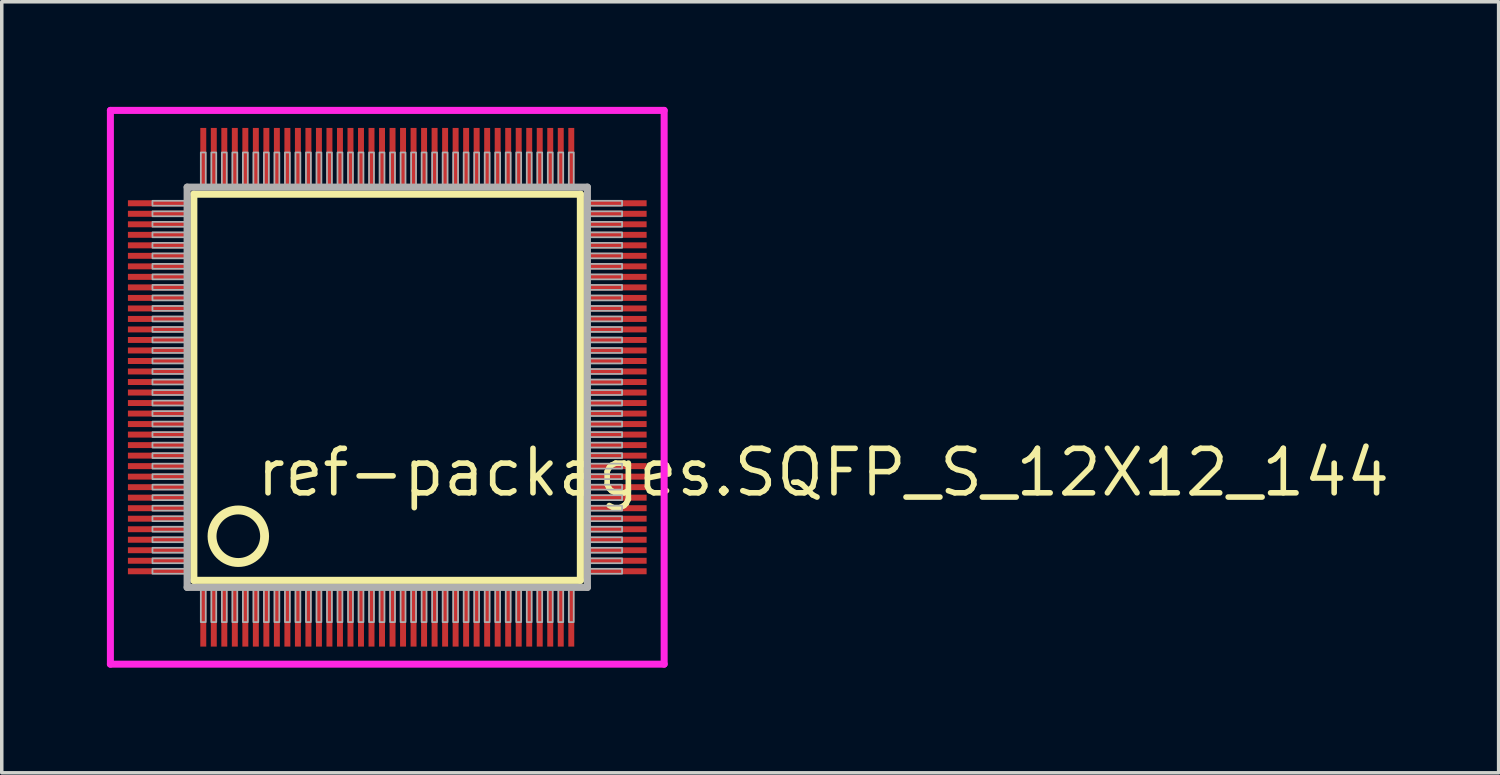
<source format=kicad_pcb>
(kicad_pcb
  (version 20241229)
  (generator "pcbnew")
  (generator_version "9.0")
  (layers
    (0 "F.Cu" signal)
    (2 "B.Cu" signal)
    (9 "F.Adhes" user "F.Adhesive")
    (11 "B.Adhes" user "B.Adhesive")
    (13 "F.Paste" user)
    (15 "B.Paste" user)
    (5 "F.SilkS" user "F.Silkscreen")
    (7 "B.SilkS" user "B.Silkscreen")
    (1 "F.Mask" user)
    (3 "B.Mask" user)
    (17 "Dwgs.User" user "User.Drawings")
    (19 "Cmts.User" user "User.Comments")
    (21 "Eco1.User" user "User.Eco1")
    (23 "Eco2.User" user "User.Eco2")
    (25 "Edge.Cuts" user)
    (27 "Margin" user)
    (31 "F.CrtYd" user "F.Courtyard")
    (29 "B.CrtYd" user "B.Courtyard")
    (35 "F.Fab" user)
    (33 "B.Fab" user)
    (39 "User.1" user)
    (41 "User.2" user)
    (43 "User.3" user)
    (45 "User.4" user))
  (footprint "ref-packages.SQFP_S_12X12_144"
    (layer "F.Cu")
    (at 8 8)
    (property "Reference" "ref-packages.SQFP_S_12X12_144" (at -3.81 3.175 0) (layer "F.SilkS") (effects (font (size 1.27 1.27) (thickness 0.16)) (justify left bottom)))
    (attr smd)
    (fp_line (start -5.52 -5.51) (end 5.51 -5.51) (stroke (width 0.203) (type default)) (layer "F.SilkS"))
    (fp_line (start -5.52 5.51) (end -5.52 -5.51) (stroke (width 0.203) (type default)) (layer "F.SilkS"))
    (fp_line (start 5.51 -5.51) (end 5.51 5.51) (stroke (width 0.203) (type default)) (layer "F.SilkS"))
    (fp_line (start 5.51 5.51) (end -5.52 5.51) (stroke (width 0.203) (type default)) (layer "F.SilkS"))
    (fp_circle (center -4.25 4.25) (end -3.5 4.25) (stroke (width 0.254) (type default)) (fill no) (layer "F.SilkS"))
    (fp_line (start -7.9 -7.9) (end 7.9 -7.9) (stroke (width 0.2) (type default)) (layer "F.CrtYd"))
    (fp_line (start -7.9 7.9) (end -7.9 -7.9) (stroke (width 0.2) (type default)) (layer "F.CrtYd"))
    (fp_line (start 7.9 -7.9) (end 7.9 7.9) (stroke (width 0.2) (type default)) (layer "F.CrtYd"))
    (fp_line (start 7.9 7.9) (end -7.9 7.9) (stroke (width 0.2) (type default)) (layer "F.CrtYd"))
    (fp_line (start -5.71 -5.71) (end -5.71 5.71) (stroke (width 0.203) (type default)) (layer "F.Fab"))
    (fp_line (start -5.71 5.71) (end 5.71 5.71) (stroke (width 0.203) (type default)) (layer "F.Fab"))
    (fp_line (start 5.71 -5.71) (end -5.71 -5.71) (stroke (width 0.203) (type default)) (layer "F.Fab"))
    (fp_line (start 5.71 5.71) (end 5.71 -5.71) (stroke (width 0.203) (type default)) (layer "F.Fab"))
    (fp_rect (start -6.7 -5.18) (end -5.75 -5.32) (stroke (width 0.05) (type default)) (fill no) (layer "F.Fab"))
    (fp_rect (start -6.7 -4.88) (end -5.75 -5.02) (stroke (width 0.05) (type default)) (fill no) (layer "F.Fab"))
    (fp_rect (start -6.7 -4.58) (end -5.75 -4.72) (stroke (width 0.05) (type default)) (fill no) (layer "F.Fab"))
    (fp_rect (start -6.7 -4.28) (end -5.75 -4.42) (stroke (width 0.05) (type default)) (fill no) (layer "F.Fab"))
    (fp_rect (start -6.7 -3.98) (end -5.75 -4.12) (stroke (width 0.05) (type default)) (fill no) (layer "F.Fab"))
    (fp_rect (start -6.7 -3.68) (end -5.75 -3.82) (stroke (width 0.05) (type default)) (fill no) (layer "F.Fab"))
    (fp_rect (start -6.7 -3.38) (end -5.75 -3.52) (stroke (width 0.05) (type default)) (fill no) (layer "F.Fab"))
    (fp_rect (start -6.7 -3.08) (end -5.75 -3.22) (stroke (width 0.05) (type default)) (fill no) (layer "F.Fab"))
    (fp_rect (start -6.7 -2.78) (end -5.75 -2.92) (stroke (width 0.05) (type default)) (fill no) (layer "F.Fab"))
    (fp_rect (start -6.7 -2.48) (end -5.75 -2.62) (stroke (width 0.05) (type default)) (fill no) (layer "F.Fab"))
    (fp_rect (start -6.7 -2.18) (end -5.75 -2.32) (stroke (width 0.05) (type default)) (fill no) (layer "F.Fab"))
    (fp_rect (start -6.7 -1.88) (end -5.75 -2.02) (stroke (width 0.05) (type default)) (fill no) (layer "F.Fab"))
    (fp_rect (start -6.7 -1.58) (end -5.75 -1.72) (stroke (width 0.05) (type default)) (fill no) (layer "F.Fab"))
    (fp_rect (start -6.7 -1.28) (end -5.75 -1.42) (stroke (width 0.05) (type default)) (fill no) (layer "F.Fab"))
    (fp_rect (start -6.7 -0.98) (end -5.75 -1.12) (stroke (width 0.05) (type default)) (fill no) (layer "F.Fab"))
    (fp_rect (start -6.7 -0.68) (end -5.75 -0.82) (stroke (width 0.05) (type default)) (fill no) (layer "F.Fab"))
    (fp_rect (start -6.7 -0.38) (end -5.75 -0.52) (stroke (width 0.05) (type default)) (fill no) (layer "F.Fab"))
    (fp_rect (start -6.7 -0.08) (end -5.75 -0.22) (stroke (width 0.05) (type default)) (fill no) (layer "F.Fab"))
    (fp_rect (start -6.7 0.22) (end -5.75 0.08) (stroke (width 0.05) (type default)) (fill no) (layer "F.Fab"))
    (fp_rect (start -6.7 0.52) (end -5.75 0.38) (stroke (width 0.05) (type default)) (fill no) (layer "F.Fab"))
    (fp_rect (start -6.7 0.82) (end -5.75 0.68) (stroke (width 0.05) (type default)) (fill no) (layer "F.Fab"))
    (fp_rect (start -6.7 1.12) (end -5.75 0.98) (stroke (width 0.05) (type default)) (fill no) (layer "F.Fab"))
    (fp_rect (start -6.7 1.42) (end -5.75 1.28) (stroke (width 0.05) (type default)) (fill no) (layer "F.Fab"))
    (fp_rect (start -6.7 1.72) (end -5.75 1.58) (stroke (width 0.05) (type default)) (fill no) (layer "F.Fab"))
    (fp_rect (start -6.7 2.02) (end -5.75 1.88) (stroke (width 0.05) (type default)) (fill no) (layer "F.Fab"))
    (fp_rect (start -6.7 2.32) (end -5.75 2.18) (stroke (width 0.05) (type default)) (fill no) (layer "F.Fab"))
    (fp_rect (start -6.7 2.62) (end -5.75 2.48) (stroke (width 0.05) (type default)) (fill no) (layer "F.Fab"))
    (fp_rect (start -6.7 2.92) (end -5.75 2.78) (stroke (width 0.05) (type default)) (fill no) (layer "F.Fab"))
    (fp_rect (start -6.7 3.22) (end -5.75 3.08) (stroke (width 0.05) (type default)) (fill no) (layer "F.Fab"))
    (fp_rect (start -6.7 3.52) (end -5.75 3.38) (stroke (width 0.05) (type default)) (fill no) (layer "F.Fab"))
    (fp_rect (start -6.7 3.82) (end -5.75 3.68) (stroke (width 0.05) (type default)) (fill no) (layer "F.Fab"))
    (fp_rect (start -6.7 4.12) (end -5.75 3.98) (stroke (width 0.05) (type default)) (fill no) (layer "F.Fab"))
    (fp_rect (start -6.7 4.42) (end -5.75 4.28) (stroke (width 0.05) (type default)) (fill no) (layer "F.Fab"))
    (fp_rect (start -6.7 4.72) (end -5.75 4.58) (stroke (width 0.05) (type default)) (fill no) (layer "F.Fab"))
    (fp_rect (start -6.7 5.02) (end -5.75 4.88) (stroke (width 0.05) (type default)) (fill no) (layer "F.Fab"))
    (fp_rect (start -6.7 5.32) (end -5.75 5.18) (stroke (width 0.05) (type default)) (fill no) (layer "F.Fab"))
    (fp_rect (start -5.32 -5.75) (end -5.18 -6.7) (stroke (width 0.05) (type default)) (fill no) (layer "F.Fab"))
    (fp_rect (start -5.32 6.7) (end -5.18 5.75) (stroke (width 0.05) (type default)) (fill no) (layer "F.Fab"))
    (fp_rect (start -5.02 -5.75) (end -4.88 -6.7) (stroke (width 0.05) (type default)) (fill no) (layer "F.Fab"))
    (fp_rect (start -5.02 6.7) (end -4.88 5.75) (stroke (width 0.05) (type default)) (fill no) (layer "F.Fab"))
    (fp_rect (start -4.72 -5.75) (end -4.58 -6.7) (stroke (width 0.05) (type default)) (fill no) (layer "F.Fab"))
    (fp_rect (start -4.72 6.7) (end -4.58 5.75) (stroke (width 0.05) (type default)) (fill no) (layer "F.Fab"))
    (fp_rect (start -4.42 -5.75) (end -4.28 -6.7) (stroke (width 0.05) (type default)) (fill no) (layer "F.Fab"))
    (fp_rect (start -4.42 6.7) (end -4.28 5.75) (stroke (width 0.05) (type default)) (fill no) (layer "F.Fab"))
    (fp_rect (start -4.12 -5.75) (end -3.98 -6.7) (stroke (width 0.05) (type default)) (fill no) (layer "F.Fab"))
    (fp_rect (start -4.12 6.7) (end -3.98 5.75) (stroke (width 0.05) (type default)) (fill no) (layer "F.Fab"))
    (fp_rect (start -3.82 -5.75) (end -3.68 -6.7) (stroke (width 0.05) (type default)) (fill no) (layer "F.Fab"))
    (fp_rect (start -3.82 6.7) (end -3.68 5.75) (stroke (width 0.05) (type default)) (fill no) (layer "F.Fab"))
    (fp_rect (start -3.52 -5.75) (end -3.38 -6.7) (stroke (width 0.05) (type default)) (fill no) (layer "F.Fab"))
    (fp_rect (start -3.52 6.7) (end -3.38 5.75) (stroke (width 0.05) (type default)) (fill no) (layer "F.Fab"))
    (fp_rect (start -3.22 -5.75) (end -3.08 -6.7) (stroke (width 0.05) (type default)) (fill no) (layer "F.Fab"))
    (fp_rect (start -3.22 6.7) (end -3.08 5.75) (stroke (width 0.05) (type default)) (fill no) (layer "F.Fab"))
    (fp_rect (start -2.92 -5.75) (end -2.78 -6.7) (stroke (width 0.05) (type default)) (fill no) (layer "F.Fab"))
    (fp_rect (start -2.92 6.7) (end -2.78 5.75) (stroke (width 0.05) (type default)) (fill no) (layer "F.Fab"))
    (fp_rect (start -2.62 -5.75) (end -2.48 -6.7) (stroke (width 0.05) (type default)) (fill no) (layer "F.Fab"))
    (fp_rect (start -2.62 6.7) (end -2.48 5.75) (stroke (width 0.05) (type default)) (fill no) (layer "F.Fab"))
    (fp_rect (start -2.32 -5.75) (end -2.18 -6.7) (stroke (width 0.05) (type default)) (fill no) (layer "F.Fab"))
    (fp_rect (start -2.32 6.7) (end -2.18 5.75) (stroke (width 0.05) (type default)) (fill no) (layer "F.Fab"))
    (fp_rect (start -2.02 -5.75) (end -1.88 -6.7) (stroke (width 0.05) (type default)) (fill no) (layer "F.Fab"))
    (fp_rect (start -2.02 6.7) (end -1.88 5.75) (stroke (width 0.05) (type default)) (fill no) (layer "F.Fab"))
    (fp_rect (start -1.72 -5.75) (end -1.58 -6.7) (stroke (width 0.05) (type default)) (fill no) (layer "F.Fab"))
    (fp_rect (start -1.72 6.7) (end -1.58 5.75) (stroke (width 0.05) (type default)) (fill no) (layer "F.Fab"))
    (fp_rect (start -1.42 -5.75) (end -1.28 -6.7) (stroke (width 0.05) (type default)) (fill no) (layer "F.Fab"))
    (fp_rect (start -1.42 6.7) (end -1.28 5.75) (stroke (width 0.05) (type default)) (fill no) (layer "F.Fab"))
    (fp_rect (start -1.12 -5.75) (end -0.98 -6.7) (stroke (width 0.05) (type default)) (fill no) (layer "F.Fab"))
    (fp_rect (start -1.12 6.7) (end -0.98 5.75) (stroke (width 0.05) (type default)) (fill no) (layer "F.Fab"))
    (fp_rect (start -0.82 -5.75) (end -0.68 -6.7) (stroke (width 0.05) (type default)) (fill no) (layer "F.Fab"))
    (fp_rect (start -0.82 6.7) (end -0.68 5.75) (stroke (width 0.05) (type default)) (fill no) (layer "F.Fab"))
    (fp_rect (start -0.52 -5.75) (end -0.38 -6.7) (stroke (width 0.05) (type default)) (fill no) (layer "F.Fab"))
    (fp_rect (start -0.52 6.7) (end -0.38 5.75) (stroke (width 0.05) (type default)) (fill no) (layer "F.Fab"))
    (fp_rect (start -0.22 -5.75) (end -0.08 -6.7) (stroke (width 0.05) (type default)) (fill no) (layer "F.Fab"))
    (fp_rect (start -0.22 6.7) (end -0.08 5.75) (stroke (width 0.05) (type default)) (fill no) (layer "F.Fab"))
    (fp_rect (start 0.08 -5.75) (end 0.22 -6.7) (stroke (width 0.05) (type default)) (fill no) (layer "F.Fab"))
    (fp_rect (start 0.08 6.7) (end 0.22 5.75) (stroke (width 0.05) (type default)) (fill no) (layer "F.Fab"))
    (fp_rect (start 0.38 -5.75) (end 0.52 -6.7) (stroke (width 0.05) (type default)) (fill no) (layer "F.Fab"))
    (fp_rect (start 0.38 6.7) (end 0.52 5.75) (stroke (width 0.05) (type default)) (fill no) (layer "F.Fab"))
    (fp_rect (start 0.68 -5.75) (end 0.82 -6.7) (stroke (width 0.05) (type default)) (fill no) (layer "F.Fab"))
    (fp_rect (start 0.68 6.7) (end 0.82 5.75) (stroke (width 0.05) (type default)) (fill no) (layer "F.Fab"))
    (fp_rect (start 0.98 -5.75) (end 1.12 -6.7) (stroke (width 0.05) (type default)) (fill no) (layer "F.Fab"))
    (fp_rect (start 0.98 6.7) (end 1.12 5.75) (stroke (width 0.05) (type default)) (fill no) (layer "F.Fab"))
    (fp_rect (start 1.28 -5.75) (end 1.42 -6.7) (stroke (width 0.05) (type default)) (fill no) (layer "F.Fab"))
    (fp_rect (start 1.28 6.7) (end 1.42 5.75) (stroke (width 0.05) (type default)) (fill no) (layer "F.Fab"))
    (fp_rect (start 1.58 -5.75) (end 1.72 -6.7) (stroke (width 0.05) (type default)) (fill no) (layer "F.Fab"))
    (fp_rect (start 1.58 6.7) (end 1.72 5.75) (stroke (width 0.05) (type default)) (fill no) (layer "F.Fab"))
    (fp_rect (start 1.88 -5.75) (end 2.02 -6.7) (stroke (width 0.05) (type default)) (fill no) (layer "F.Fab"))
    (fp_rect (start 1.88 6.7) (end 2.02 5.75) (stroke (width 0.05) (type default)) (fill no) (layer "F.Fab"))
    (fp_rect (start 2.18 -5.75) (end 2.32 -6.7) (stroke (width 0.05) (type default)) (fill no) (layer "F.Fab"))
    (fp_rect (start 2.18 6.7) (end 2.32 5.75) (stroke (width 0.05) (type default)) (fill no) (layer "F.Fab"))
    (fp_rect (start 2.48 -5.75) (end 2.62 -6.7) (stroke (width 0.05) (type default)) (fill no) (layer "F.Fab"))
    (fp_rect (start 2.48 6.7) (end 2.62 5.75) (stroke (width 0.05) (type default)) (fill no) (layer "F.Fab"))
    (fp_rect (start 2.78 -5.75) (end 2.92 -6.7) (stroke (width 0.05) (type default)) (fill no) (layer "F.Fab"))
    (fp_rect (start 2.78 6.7) (end 2.92 5.75) (stroke (width 0.05) (type default)) (fill no) (layer "F.Fab"))
    (fp_rect (start 3.08 -5.75) (end 3.22 -6.7) (stroke (width 0.05) (type default)) (fill no) (layer "F.Fab"))
    (fp_rect (start 3.08 6.7) (end 3.22 5.75) (stroke (width 0.05) (type default)) (fill no) (layer "F.Fab"))
    (fp_rect (start 3.38 -5.75) (end 3.52 -6.7) (stroke (width 0.05) (type default)) (fill no) (layer "F.Fab"))
    (fp_rect (start 3.38 6.7) (end 3.52 5.75) (stroke (width 0.05) (type default)) (fill no) (layer "F.Fab"))
    (fp_rect (start 3.68 -5.75) (end 3.82 -6.7) (stroke (width 0.05) (type default)) (fill no) (layer "F.Fab"))
    (fp_rect (start 3.68 6.7) (end 3.82 5.75) (stroke (width 0.05) (type default)) (fill no) (layer "F.Fab"))
    (fp_rect (start 3.98 -5.75) (end 4.12 -6.7) (stroke (width 0.05) (type default)) (fill no) (layer "F.Fab"))
    (fp_rect (start 3.98 6.7) (end 4.12 5.75) (stroke (width 0.05) (type default)) (fill no) (layer "F.Fab"))
    (fp_rect (start 4.28 -5.75) (end 4.42 -6.7) (stroke (width 0.05) (type default)) (fill no) (layer "F.Fab"))
    (fp_rect (start 4.28 6.7) (end 4.42 5.75) (stroke (width 0.05) (type default)) (fill no) (layer "F.Fab"))
    (fp_rect (start 4.58 -5.75) (end 4.72 -6.7) (stroke (width 0.05) (type default)) (fill no) (layer "F.Fab"))
    (fp_rect (start 4.58 6.7) (end 4.72 5.75) (stroke (width 0.05) (type default)) (fill no) (layer "F.Fab"))
    (fp_rect (start 4.88 -5.75) (end 5.02 -6.7) (stroke (width 0.05) (type default)) (fill no) (layer "F.Fab"))
    (fp_rect (start 4.88 6.7) (end 5.02 5.75) (stroke (width 0.05) (type default)) (fill no) (layer "F.Fab"))
    (fp_rect (start 5.18 -5.75) (end 5.32 -6.7) (stroke (width 0.05) (type default)) (fill no) (layer "F.Fab"))
    (fp_rect (start 5.18 6.7) (end 5.32 5.75) (stroke (width 0.05) (type default)) (fill no) (layer "F.Fab"))
    (fp_rect (start 5.75 -5.18) (end 6.7 -5.32) (stroke (width 0.05) (type default)) (fill no) (layer "F.Fab"))
    (fp_rect (start 5.75 -4.88) (end 6.7 -5.02) (stroke (width 0.05) (type default)) (fill no) (layer "F.Fab"))
    (fp_rect (start 5.75 -4.58) (end 6.7 -4.72) (stroke (width 0.05) (type default)) (fill no) (layer "F.Fab"))
    (fp_rect (start 5.75 -4.28) (end 6.7 -4.42) (stroke (width 0.05) (type default)) (fill no) (layer "F.Fab"))
    (fp_rect (start 5.75 -3.98) (end 6.7 -4.12) (stroke (width 0.05) (type default)) (fill no) (layer "F.Fab"))
    (fp_rect (start 5.75 -3.68) (end 6.7 -3.82) (stroke (width 0.05) (type default)) (fill no) (layer "F.Fab"))
    (fp_rect (start 5.75 -3.38) (end 6.7 -3.52) (stroke (width 0.05) (type default)) (fill no) (layer "F.Fab"))
    (fp_rect (start 5.75 -3.08) (end 6.7 -3.22) (stroke (width 0.05) (type default)) (fill no) (layer "F.Fab"))
    (fp_rect (start 5.75 -2.78) (end 6.7 -2.92) (stroke (width 0.05) (type default)) (fill no) (layer "F.Fab"))
    (fp_rect (start 5.75 -2.48) (end 6.7 -2.62) (stroke (width 0.05) (type default)) (fill no) (layer "F.Fab"))
    (fp_rect (start 5.75 -2.18) (end 6.7 -2.32) (stroke (width 0.05) (type default)) (fill no) (layer "F.Fab"))
    (fp_rect (start 5.75 -1.88) (end 6.7 -2.02) (stroke (width 0.05) (type default)) (fill no) (layer "F.Fab"))
    (fp_rect (start 5.75 -1.58) (end 6.7 -1.72) (stroke (width 0.05) (type default)) (fill no) (layer "F.Fab"))
    (fp_rect (start 5.75 -1.28) (end 6.7 -1.42) (stroke (width 0.05) (type default)) (fill no) (layer "F.Fab"))
    (fp_rect (start 5.75 -0.98) (end 6.7 -1.12) (stroke (width 0.05) (type default)) (fill no) (layer "F.Fab"))
    (fp_rect (start 5.75 -0.68) (end 6.7 -0.82) (stroke (width 0.05) (type default)) (fill no) (layer "F.Fab"))
    (fp_rect (start 5.75 -0.38) (end 6.7 -0.52) (stroke (width 0.05) (type default)) (fill no) (layer "F.Fab"))
    (fp_rect (start 5.75 -0.08) (end 6.7 -0.22) (stroke (width 0.05) (type default)) (fill no) (layer "F.Fab"))
    (fp_rect (start 5.75 0.22) (end 6.7 0.08) (stroke (width 0.05) (type default)) (fill no) (layer "F.Fab"))
    (fp_rect (start 5.75 0.52) (end 6.7 0.38) (stroke (width 0.05) (type default)) (fill no) (layer "F.Fab"))
    (fp_rect (start 5.75 0.82) (end 6.7 0.68) (stroke (width 0.05) (type default)) (fill no) (layer "F.Fab"))
    (fp_rect (start 5.75 1.12) (end 6.7 0.98) (stroke (width 0.05) (type default)) (fill no) (layer "F.Fab"))
    (fp_rect (start 5.75 1.42) (end 6.7 1.28) (stroke (width 0.05) (type default)) (fill no) (layer "F.Fab"))
    (fp_rect (start 5.75 1.72) (end 6.7 1.58) (stroke (width 0.05) (type default)) (fill no) (layer "F.Fab"))
    (fp_rect (start 5.75 2.02) (end 6.7 1.88) (stroke (width 0.05) (type default)) (fill no) (layer "F.Fab"))
    (fp_rect (start 5.75 2.32) (end 6.7 2.18) (stroke (width 0.05) (type default)) (fill no) (layer "F.Fab"))
    (fp_rect (start 5.75 2.62) (end 6.7 2.48) (stroke (width 0.05) (type default)) (fill no) (layer "F.Fab"))
    (fp_rect (start 5.75 2.92) (end 6.7 2.78) (stroke (width 0.05) (type default)) (fill no) (layer "F.Fab"))
    (fp_rect (start 5.75 3.22) (end 6.7 3.08) (stroke (width 0.05) (type default)) (fill no) (layer "F.Fab"))
    (fp_rect (start 5.75 3.52) (end 6.7 3.38) (stroke (width 0.05) (type default)) (fill no) (layer "F.Fab"))
    (fp_rect (start 5.75 3.82) (end 6.7 3.68) (stroke (width 0.05) (type default)) (fill no) (layer "F.Fab"))
    (fp_rect (start 5.75 4.12) (end 6.7 3.98) (stroke (width 0.05) (type default)) (fill no) (layer "F.Fab"))
    (fp_rect (start 5.75 4.42) (end 6.7 4.28) (stroke (width 0.05) (type default)) (fill no) (layer "F.Fab"))
    (fp_rect (start 5.75 4.72) (end 6.7 4.58) (stroke (width 0.05) (type default)) (fill no) (layer "F.Fab"))
    (fp_rect (start 5.75 5.02) (end 6.7 4.88) (stroke (width 0.05) (type default)) (fill no) (layer "F.Fab"))
    (fp_rect (start 5.75 5.32) (end 6.7 5.18) (stroke (width 0.05) (type default)) (fill no) (layer "F.Fab"))
    (pad "1" smd roundrect (at -5.25 6.6) (size 0.17 1.6) (layers "F.Cu" "F.Mask" "F.Paste") (roundrect_rratio 0.01))
    (pad "2" smd roundrect (at -4.95 6.6) (size 0.17 1.6) (layers "F.Cu" "F.Mask" "F.Paste") (roundrect_rratio 0.01))
    (pad "3" smd roundrect (at -4.65 6.6) (size 0.17 1.6) (layers "F.Cu" "F.Mask" "F.Paste") (roundrect_rratio 0.01))
    (pad "4" smd roundrect (at -4.35 6.6) (size 0.17 1.6) (layers "F.Cu" "F.Mask" "F.Paste") (roundrect_rratio 0.01))
    (pad "5" smd roundrect (at -4.05 6.6) (size 0.17 1.6) (layers "F.Cu" "F.Mask" "F.Paste") (roundrect_rratio 0.01))
    (pad "6" smd roundrect (at -3.75 6.6) (size 0.17 1.6) (layers "F.Cu" "F.Mask" "F.Paste") (roundrect_rratio 0.01))
    (pad "7" smd roundrect (at -3.45 6.6) (size 0.17 1.6) (layers "F.Cu" "F.Mask" "F.Paste") (roundrect_rratio 0.01))
    (pad "8" smd roundrect (at -3.15 6.6) (size 0.17 1.6) (layers "F.Cu" "F.Mask" "F.Paste") (roundrect_rratio 0.01))
    (pad "9" smd roundrect (at -2.85 6.6) (size 0.17 1.6) (layers "F.Cu" "F.Mask" "F.Paste") (roundrect_rratio 0.01))
    (pad "10" smd roundrect (at -2.55 6.6) (size 0.17 1.6) (layers "F.Cu" "F.Mask" "F.Paste") (roundrect_rratio 0.01))
    (pad "11" smd roundrect (at -2.25 6.6) (size 0.17 1.6) (layers "F.Cu" "F.Mask" "F.Paste") (roundrect_rratio 0.01))
    (pad "12" smd roundrect (at -1.95 6.6) (size 0.17 1.6) (layers "F.Cu" "F.Mask" "F.Paste") (roundrect_rratio 0.01))
    (pad "13" smd roundrect (at -1.65 6.6) (size 0.17 1.6) (layers "F.Cu" "F.Mask" "F.Paste") (roundrect_rratio 0.01))
    (pad "14" smd roundrect (at -1.35 6.6) (size 0.17 1.6) (layers "F.Cu" "F.Mask" "F.Paste") (roundrect_rratio 0.01))
    (pad "15" smd roundrect (at -1.05 6.6) (size 0.17 1.6) (layers "F.Cu" "F.Mask" "F.Paste") (roundrect_rratio 0.01))
    (pad "16" smd roundrect (at -0.75 6.6) (size 0.17 1.6) (layers "F.Cu" "F.Mask" "F.Paste") (roundrect_rratio 0.01))
    (pad "17" smd roundrect (at -0.45 6.6) (size 0.17 1.6) (layers "F.Cu" "F.Mask" "F.Paste") (roundrect_rratio 0.01))
    (pad "18" smd roundrect (at -0.15 6.6) (size 0.17 1.6) (layers "F.Cu" "F.Mask" "F.Paste") (roundrect_rratio 0.01))
    (pad "19" smd roundrect (at 0.15 6.6) (size 0.17 1.6) (layers "F.Cu" "F.Mask" "F.Paste") (roundrect_rratio 0.01))
    (pad "20" smd roundrect (at 0.45 6.6) (size 0.17 1.6) (layers "F.Cu" "F.Mask" "F.Paste") (roundrect_rratio 0.01))
    (pad "21" smd roundrect (at 0.75 6.6) (size 0.17 1.6) (layers "F.Cu" "F.Mask" "F.Paste") (roundrect_rratio 0.01))
    (pad "22" smd roundrect (at 1.05 6.6) (size 0.17 1.6) (layers "F.Cu" "F.Mask" "F.Paste") (roundrect_rratio 0.01))
    (pad "23" smd roundrect (at 1.35 6.6) (size 0.17 1.6) (layers "F.Cu" "F.Mask" "F.Paste") (roundrect_rratio 0.01))
    (pad "24" smd roundrect (at 1.65 6.6) (size 0.17 1.6) (layers "F.Cu" "F.Mask" "F.Paste") (roundrect_rratio 0.01))
    (pad "25" smd roundrect (at 1.95 6.6) (size 0.17 1.6) (layers "F.Cu" "F.Mask" "F.Paste") (roundrect_rratio 0.01))
    (pad "26" smd roundrect (at 2.25 6.6) (size 0.17 1.6) (layers "F.Cu" "F.Mask" "F.Paste") (roundrect_rratio 0.01))
    (pad "27" smd roundrect (at 2.55 6.6) (size 0.17 1.6) (layers "F.Cu" "F.Mask" "F.Paste") (roundrect_rratio 0.01))
    (pad "28" smd roundrect (at 2.85 6.6) (size 0.17 1.6) (layers "F.Cu" "F.Mask" "F.Paste") (roundrect_rratio 0.01))
    (pad "29" smd roundrect (at 3.15 6.6) (size 0.17 1.6) (layers "F.Cu" "F.Mask" "F.Paste") (roundrect_rratio 0.01))
    (pad "30" smd roundrect (at 3.45 6.6) (size 0.17 1.6) (layers "F.Cu" "F.Mask" "F.Paste") (roundrect_rratio 0.01))
    (pad "31" smd roundrect (at 3.75 6.6) (size 0.17 1.6) (layers "F.Cu" "F.Mask" "F.Paste") (roundrect_rratio 0.01))
    (pad "32" smd roundrect (at 4.05 6.6) (size 0.17 1.6) (layers "F.Cu" "F.Mask" "F.Paste") (roundrect_rratio 0.01))
    (pad "33" smd roundrect (at 4.35 6.6) (size 0.17 1.6) (layers "F.Cu" "F.Mask" "F.Paste") (roundrect_rratio 0.01))
    (pad "34" smd roundrect (at 4.65 6.6) (size 0.17 1.6) (layers "F.Cu" "F.Mask" "F.Paste") (roundrect_rratio 0.01))
    (pad "35" smd roundrect (at 4.95 6.6) (size 0.17 1.6) (layers "F.Cu" "F.Mask" "F.Paste") (roundrect_rratio 0.01))
    (pad "36" smd roundrect (at 5.25 6.6) (size 0.17 1.6) (layers "F.Cu" "F.Mask" "F.Paste") (roundrect_rratio 0.01))
    (pad "37" smd roundrect (at 6.6 5.25) (size 1.6 0.17) (layers "F.Cu" "F.Mask" "F.Paste") (roundrect_rratio 0.01))
    (pad "38" smd roundrect (at 6.6 4.95) (size 1.6 0.17) (layers "F.Cu" "F.Mask" "F.Paste") (roundrect_rratio 0.01))
    (pad "39" smd roundrect (at 6.6 4.65) (size 1.6 0.17) (layers "F.Cu" "F.Mask" "F.Paste") (roundrect_rratio 0.01))
    (pad "40" smd roundrect (at 6.6 4.35) (size 1.6 0.17) (layers "F.Cu" "F.Mask" "F.Paste") (roundrect_rratio 0.01))
    (pad "41" smd roundrect (at 6.6 4.05) (size 1.6 0.17) (layers "F.Cu" "F.Mask" "F.Paste") (roundrect_rratio 0.01))
    (pad "42" smd roundrect (at 6.6 3.75) (size 1.6 0.17) (layers "F.Cu" "F.Mask" "F.Paste") (roundrect_rratio 0.01))
    (pad "43" smd roundrect (at 6.6 3.45) (size 1.6 0.17) (layers "F.Cu" "F.Mask" "F.Paste") (roundrect_rratio 0.01))
    (pad "44" smd roundrect (at 6.6 3.15) (size 1.6 0.17) (layers "F.Cu" "F.Mask" "F.Paste") (roundrect_rratio 0.01))
    (pad "45" smd roundrect (at 6.6 2.85) (size 1.6 0.17) (layers "F.Cu" "F.Mask" "F.Paste") (roundrect_rratio 0.01))
    (pad "46" smd roundrect (at 6.6 2.55) (size 1.6 0.17) (layers "F.Cu" "F.Mask" "F.Paste") (roundrect_rratio 0.01))
    (pad "47" smd roundrect (at 6.6 2.25) (size 1.6 0.17) (layers "F.Cu" "F.Mask" "F.Paste") (roundrect_rratio 0.01))
    (pad "48" smd roundrect (at 6.6 1.95) (size 1.6 0.17) (layers "F.Cu" "F.Mask" "F.Paste") (roundrect_rratio 0.01))
    (pad "49" smd roundrect (at 6.6 1.65) (size 1.6 0.17) (layers "F.Cu" "F.Mask" "F.Paste") (roundrect_rratio 0.01))
    (pad "50" smd roundrect (at 6.6 1.35) (size 1.6 0.17) (layers "F.Cu" "F.Mask" "F.Paste") (roundrect_rratio 0.01))
    (pad "51" smd roundrect (at 6.6 1.05) (size 1.6 0.17) (layers "F.Cu" "F.Mask" "F.Paste") (roundrect_rratio 0.01))
    (pad "52" smd roundrect (at 6.6 0.75) (size 1.6 0.17) (layers "F.Cu" "F.Mask" "F.Paste") (roundrect_rratio 0.01))
    (pad "53" smd roundrect (at 6.6 0.45) (size 1.6 0.17) (layers "F.Cu" "F.Mask" "F.Paste") (roundrect_rratio 0.01))
    (pad "54" smd roundrect (at 6.6 0.15) (size 1.6 0.17) (layers "F.Cu" "F.Mask" "F.Paste") (roundrect_rratio 0.01))
    (pad "55" smd roundrect (at 6.6 -0.15) (size 1.6 0.17) (layers "F.Cu" "F.Mask" "F.Paste") (roundrect_rratio 0.01))
    (pad "56" smd roundrect (at 6.6 -0.45) (size 1.6 0.17) (layers "F.Cu" "F.Mask" "F.Paste") (roundrect_rratio 0.01))
    (pad "57" smd roundrect (at 6.6 -0.75) (size 1.6 0.17) (layers "F.Cu" "F.Mask" "F.Paste") (roundrect_rratio 0.01))
    (pad "58" smd roundrect (at 6.6 -1.05) (size 1.6 0.17) (layers "F.Cu" "F.Mask" "F.Paste") (roundrect_rratio 0.01))
    (pad "59" smd roundrect (at 6.6 -1.35) (size 1.6 0.17) (layers "F.Cu" "F.Mask" "F.Paste") (roundrect_rratio 0.01))
    (pad "60" smd roundrect (at 6.6 -1.65) (size 1.6 0.17) (layers "F.Cu" "F.Mask" "F.Paste") (roundrect_rratio 0.01))
    (pad "61" smd roundrect (at 6.6 -1.95) (size 1.6 0.17) (layers "F.Cu" "F.Mask" "F.Paste") (roundrect_rratio 0.01))
    (pad "62" smd roundrect (at 6.6 -2.25) (size 1.6 0.17) (layers "F.Cu" "F.Mask" "F.Paste") (roundrect_rratio 0.01))
    (pad "63" smd roundrect (at 6.6 -2.55) (size 1.6 0.17) (layers "F.Cu" "F.Mask" "F.Paste") (roundrect_rratio 0.01))
    (pad "64" smd roundrect (at 6.6 -2.85) (size 1.6 0.17) (layers "F.Cu" "F.Mask" "F.Paste") (roundrect_rratio 0.01))
    (pad "65" smd roundrect (at 6.6 -3.15) (size 1.6 0.17) (layers "F.Cu" "F.Mask" "F.Paste") (roundrect_rratio 0.01))
    (pad "66" smd roundrect (at 6.6 -3.45) (size 1.6 0.17) (layers "F.Cu" "F.Mask" "F.Paste") (roundrect_rratio 0.01))
    (pad "67" smd roundrect (at 6.6 -3.75) (size 1.6 0.17) (layers "F.Cu" "F.Mask" "F.Paste") (roundrect_rratio 0.01))
    (pad "68" smd roundrect (at 6.6 -4.05) (size 1.6 0.17) (layers "F.Cu" "F.Mask" "F.Paste") (roundrect_rratio 0.01))
    (pad "69" smd roundrect (at 6.6 -4.35) (size 1.6 0.17) (layers "F.Cu" "F.Mask" "F.Paste") (roundrect_rratio 0.01))
    (pad "70" smd roundrect (at 6.6 -4.65) (size 1.6 0.17) (layers "F.Cu" "F.Mask" "F.Paste") (roundrect_rratio 0.01))
    (pad "71" smd roundrect (at 6.6 -4.95) (size 1.6 0.17) (layers "F.Cu" "F.Mask" "F.Paste") (roundrect_rratio 0.01))
    (pad "72" smd roundrect (at 6.6 -5.25) (size 1.6 0.17) (layers "F.Cu" "F.Mask" "F.Paste") (roundrect_rratio 0.01))
    (pad "73" smd roundrect (at 5.25 -6.6) (size 0.17 1.6) (layers "F.Cu" "F.Mask" "F.Paste") (roundrect_rratio 0.01))
    (pad "74" smd roundrect (at 4.95 -6.6) (size 0.17 1.6) (layers "F.Cu" "F.Mask" "F.Paste") (roundrect_rratio 0.01))
    (pad "75" smd roundrect (at 4.65 -6.6) (size 0.17 1.6) (layers "F.Cu" "F.Mask" "F.Paste") (roundrect_rratio 0.01))
    (pad "76" smd roundrect (at 4.35 -6.6) (size 0.17 1.6) (layers "F.Cu" "F.Mask" "F.Paste") (roundrect_rratio 0.01))
    (pad "77" smd roundrect (at 4.05 -6.6) (size 0.17 1.6) (layers "F.Cu" "F.Mask" "F.Paste") (roundrect_rratio 0.01))
    (pad "78" smd roundrect (at 3.75 -6.6) (size 0.17 1.6) (layers "F.Cu" "F.Mask" "F.Paste") (roundrect_rratio 0.01))
    (pad "79" smd roundrect (at 3.45 -6.6) (size 0.17 1.6) (layers "F.Cu" "F.Mask" "F.Paste") (roundrect_rratio 0.01))
    (pad "80" smd roundrect (at 3.15 -6.6) (size 0.17 1.6) (layers "F.Cu" "F.Mask" "F.Paste") (roundrect_rratio 0.01))
    (pad "81" smd roundrect (at 2.85 -6.6) (size 0.17 1.6) (layers "F.Cu" "F.Mask" "F.Paste") (roundrect_rratio 0.01))
    (pad "82" smd roundrect (at 2.55 -6.6) (size 0.17 1.6) (layers "F.Cu" "F.Mask" "F.Paste") (roundrect_rratio 0.01))
    (pad "83" smd roundrect (at 2.25 -6.6) (size 0.17 1.6) (layers "F.Cu" "F.Mask" "F.Paste") (roundrect_rratio 0.01))
    (pad "84" smd roundrect (at 1.95 -6.6) (size 0.17 1.6) (layers "F.Cu" "F.Mask" "F.Paste") (roundrect_rratio 0.01))
    (pad "85" smd roundrect (at 1.65 -6.6) (size 0.17 1.6) (layers "F.Cu" "F.Mask" "F.Paste") (roundrect_rratio 0.01))
    (pad "86" smd roundrect (at 1.35 -6.6) (size 0.17 1.6) (layers "F.Cu" "F.Mask" "F.Paste") (roundrect_rratio 0.01))
    (pad "87" smd roundrect (at 1.05 -6.6) (size 0.17 1.6) (layers "F.Cu" "F.Mask" "F.Paste") (roundrect_rratio 0.01))
    (pad "88" smd roundrect (at 0.75 -6.6) (size 0.17 1.6) (layers "F.Cu" "F.Mask" "F.Paste") (roundrect_rratio 0.01))
    (pad "89" smd roundrect (at 0.45 -6.6) (size 0.17 1.6) (layers "F.Cu" "F.Mask" "F.Paste") (roundrect_rratio 0.01))
    (pad "90" smd roundrect (at 0.15 -6.6) (size 0.17 1.6) (layers "F.Cu" "F.Mask" "F.Paste") (roundrect_rratio 0.01))
    (pad "91" smd roundrect (at -0.15 -6.6) (size 0.17 1.6) (layers "F.Cu" "F.Mask" "F.Paste") (roundrect_rratio 0.01))
    (pad "92" smd roundrect (at -0.45 -6.6) (size 0.17 1.6) (layers "F.Cu" "F.Mask" "F.Paste") (roundrect_rratio 0.01))
    (pad "93" smd roundrect (at -0.75 -6.6) (size 0.17 1.6) (layers "F.Cu" "F.Mask" "F.Paste") (roundrect_rratio 0.01))
    (pad "94" smd roundrect (at -1.05 -6.6) (size 0.17 1.6) (layers "F.Cu" "F.Mask" "F.Paste") (roundrect_rratio 0.01))
    (pad "95" smd roundrect (at -1.35 -6.6) (size 0.17 1.6) (layers "F.Cu" "F.Mask" "F.Paste") (roundrect_rratio 0.01))
    (pad "96" smd roundrect (at -1.65 -6.6) (size 0.17 1.6) (layers "F.Cu" "F.Mask" "F.Paste") (roundrect_rratio 0.01))
    (pad "97" smd roundrect (at -1.95 -6.6) (size 0.17 1.6) (layers "F.Cu" "F.Mask" "F.Paste") (roundrect_rratio 0.01))
    (pad "98" smd roundrect (at -2.25 -6.6) (size 0.17 1.6) (layers "F.Cu" "F.Mask" "F.Paste") (roundrect_rratio 0.01))
    (pad "99" smd roundrect (at -2.55 -6.6) (size 0.17 1.6) (layers "F.Cu" "F.Mask" "F.Paste") (roundrect_rratio 0.01))
    (pad "100" smd roundrect (at -2.85 -6.6) (size 0.17 1.6) (layers "F.Cu" "F.Mask" "F.Paste") (roundrect_rratio 0.01))
    (pad "101" smd roundrect (at -3.15 -6.6) (size 0.17 1.6) (layers "F.Cu" "F.Mask" "F.Paste") (roundrect_rratio 0.01))
    (pad "102" smd roundrect (at -3.45 -6.6) (size 0.17 1.6) (layers "F.Cu" "F.Mask" "F.Paste") (roundrect_rratio 0.01))
    (pad "103" smd roundrect (at -3.75 -6.6) (size 0.17 1.6) (layers "F.Cu" "F.Mask" "F.Paste") (roundrect_rratio 0.01))
    (pad "104" smd roundrect (at -4.05 -6.6) (size 0.17 1.6) (layers "F.Cu" "F.Mask" "F.Paste") (roundrect_rratio 0.01))
    (pad "105" smd roundrect (at -4.35 -6.6) (size 0.17 1.6) (layers "F.Cu" "F.Mask" "F.Paste") (roundrect_rratio 0.01))
    (pad "106" smd roundrect (at -4.65 -6.6) (size 0.17 1.6) (layers "F.Cu" "F.Mask" "F.Paste") (roundrect_rratio 0.01))
    (pad "107" smd roundrect (at -4.95 -6.6) (size 0.17 1.6) (layers "F.Cu" "F.Mask" "F.Paste") (roundrect_rratio 0.01))
    (pad "108" smd roundrect (at -5.25 -6.6) (size 0.17 1.6) (layers "F.Cu" "F.Mask" "F.Paste") (roundrect_rratio 0.01))
    (pad "109" smd roundrect (at -6.6 -5.25) (size 1.6 0.17) (layers "F.Cu" "F.Mask" "F.Paste") (roundrect_rratio 0.01))
    (pad "110" smd roundrect (at -6.6 -4.95) (size 1.6 0.17) (layers "F.Cu" "F.Mask" "F.Paste") (roundrect_rratio 0.01))
    (pad "111" smd roundrect (at -6.6 -4.65) (size 1.6 0.17) (layers "F.Cu" "F.Mask" "F.Paste") (roundrect_rratio 0.01))
    (pad "112" smd roundrect (at -6.6 -4.35) (size 1.6 0.17) (layers "F.Cu" "F.Mask" "F.Paste") (roundrect_rratio 0.01))
    (pad "113" smd roundrect (at -6.6 -4.05) (size 1.6 0.17) (layers "F.Cu" "F.Mask" "F.Paste") (roundrect_rratio 0.01))
    (pad "114" smd roundrect (at -6.6 -3.75) (size 1.6 0.17) (layers "F.Cu" "F.Mask" "F.Paste") (roundrect_rratio 0.01))
    (pad "115" smd roundrect (at -6.6 -3.45) (size 1.6 0.17) (layers "F.Cu" "F.Mask" "F.Paste") (roundrect_rratio 0.01))
    (pad "116" smd roundrect (at -6.6 -3.15) (size 1.6 0.17) (layers "F.Cu" "F.Mask" "F.Paste") (roundrect_rratio 0.01))
    (pad "117" smd roundrect (at -6.6 -2.85) (size 1.6 0.17) (layers "F.Cu" "F.Mask" "F.Paste") (roundrect_rratio 0.01))
    (pad "118" smd roundrect (at -6.6 -2.55) (size 1.6 0.17) (layers "F.Cu" "F.Mask" "F.Paste") (roundrect_rratio 0.01))
    (pad "119" smd roundrect (at -6.6 -2.25) (size 1.6 0.17) (layers "F.Cu" "F.Mask" "F.Paste") (roundrect_rratio 0.01))
    (pad "120" smd roundrect (at -6.6 -1.95) (size 1.6 0.17) (layers "F.Cu" "F.Mask" "F.Paste") (roundrect_rratio 0.01))
    (pad "121" smd roundrect (at -6.6 -1.65) (size 1.6 0.17) (layers "F.Cu" "F.Mask" "F.Paste") (roundrect_rratio 0.01))
    (pad "122" smd roundrect (at -6.6 -1.35) (size 1.6 0.17) (layers "F.Cu" "F.Mask" "F.Paste") (roundrect_rratio 0.01))
    (pad "123" smd roundrect (at -6.6 -1.05) (size 1.6 0.17) (layers "F.Cu" "F.Mask" "F.Paste") (roundrect_rratio 0.01))
    (pad "124" smd roundrect (at -6.6 -0.75) (size 1.6 0.17) (layers "F.Cu" "F.Mask" "F.Paste") (roundrect_rratio 0.01))
    (pad "125" smd roundrect (at -6.6 -0.45) (size 1.6 0.17) (layers "F.Cu" "F.Mask" "F.Paste") (roundrect_rratio 0.01))
    (pad "126" smd roundrect (at -6.6 -0.15) (size 1.6 0.17) (layers "F.Cu" "F.Mask" "F.Paste") (roundrect_rratio 0.01))
    (pad "127" smd roundrect (at -6.6 0.15) (size 1.6 0.17) (layers "F.Cu" "F.Mask" "F.Paste") (roundrect_rratio 0.01))
    (pad "128" smd roundrect (at -6.6 0.45) (size 1.6 0.17) (layers "F.Cu" "F.Mask" "F.Paste") (roundrect_rratio 0.01))
    (pad "129" smd roundrect (at -6.6 0.75) (size 1.6 0.17) (layers "F.Cu" "F.Mask" "F.Paste") (roundrect_rratio 0.01))
    (pad "130" smd roundrect (at -6.6 1.05) (size 1.6 0.17) (layers "F.Cu" "F.Mask" "F.Paste") (roundrect_rratio 0.01))
    (pad "131" smd roundrect (at -6.6 1.35) (size 1.6 0.17) (layers "F.Cu" "F.Mask" "F.Paste") (roundrect_rratio 0.01))
    (pad "132" smd roundrect (at -6.6 1.65) (size 1.6 0.17) (layers "F.Cu" "F.Mask" "F.Paste") (roundrect_rratio 0.01))
    (pad "133" smd roundrect (at -6.6 1.95) (size 1.6 0.17) (layers "F.Cu" "F.Mask" "F.Paste") (roundrect_rratio 0.01))
    (pad "134" smd roundrect (at -6.6 2.25) (size 1.6 0.17) (layers "F.Cu" "F.Mask" "F.Paste") (roundrect_rratio 0.01))
    (pad "135" smd roundrect (at -6.6 2.55) (size 1.6 0.17) (layers "F.Cu" "F.Mask" "F.Paste") (roundrect_rratio 0.01))
    (pad "136" smd roundrect (at -6.6 2.85) (size 1.6 0.17) (layers "F.Cu" "F.Mask" "F.Paste") (roundrect_rratio 0.01))
    (pad "137" smd roundrect (at -6.6 3.15) (size 1.6 0.17) (layers "F.Cu" "F.Mask" "F.Paste") (roundrect_rratio 0.01))
    (pad "138" smd roundrect (at -6.6 3.45) (size 1.6 0.17) (layers "F.Cu" "F.Mask" "F.Paste") (roundrect_rratio 0.01))
    (pad "139" smd roundrect (at -6.6 3.75) (size 1.6 0.17) (layers "F.Cu" "F.Mask" "F.Paste") (roundrect_rratio 0.01))
    (pad "140" smd roundrect (at -6.6 4.05) (size 1.6 0.17) (layers "F.Cu" "F.Mask" "F.Paste") (roundrect_rratio 0.01))
    (pad "141" smd roundrect (at -6.6 4.35) (size 1.6 0.17) (layers "F.Cu" "F.Mask" "F.Paste") (roundrect_rratio 0.01))
    (pad "142" smd roundrect (at -6.6 4.65) (size 1.6 0.17) (layers "F.Cu" "F.Mask" "F.Paste") (roundrect_rratio 0.01))
    (pad "143" smd roundrect (at -6.6 4.95) (size 1.6 0.17) (layers "F.Cu" "F.Mask" "F.Paste") (roundrect_rratio 0.01))
    (pad "144" smd roundrect (at -6.6 5.25) (size 1.6 0.17) (layers "F.Cu" "F.Mask" "F.Paste") (roundrect_rratio 0.01)))
  (gr_rect
    (start -3 -3)
    (end 39.71 19)
    (stroke (width 0.1) (type default))
    (fill no)
    (layer "Edge.Cuts")))
</source>
